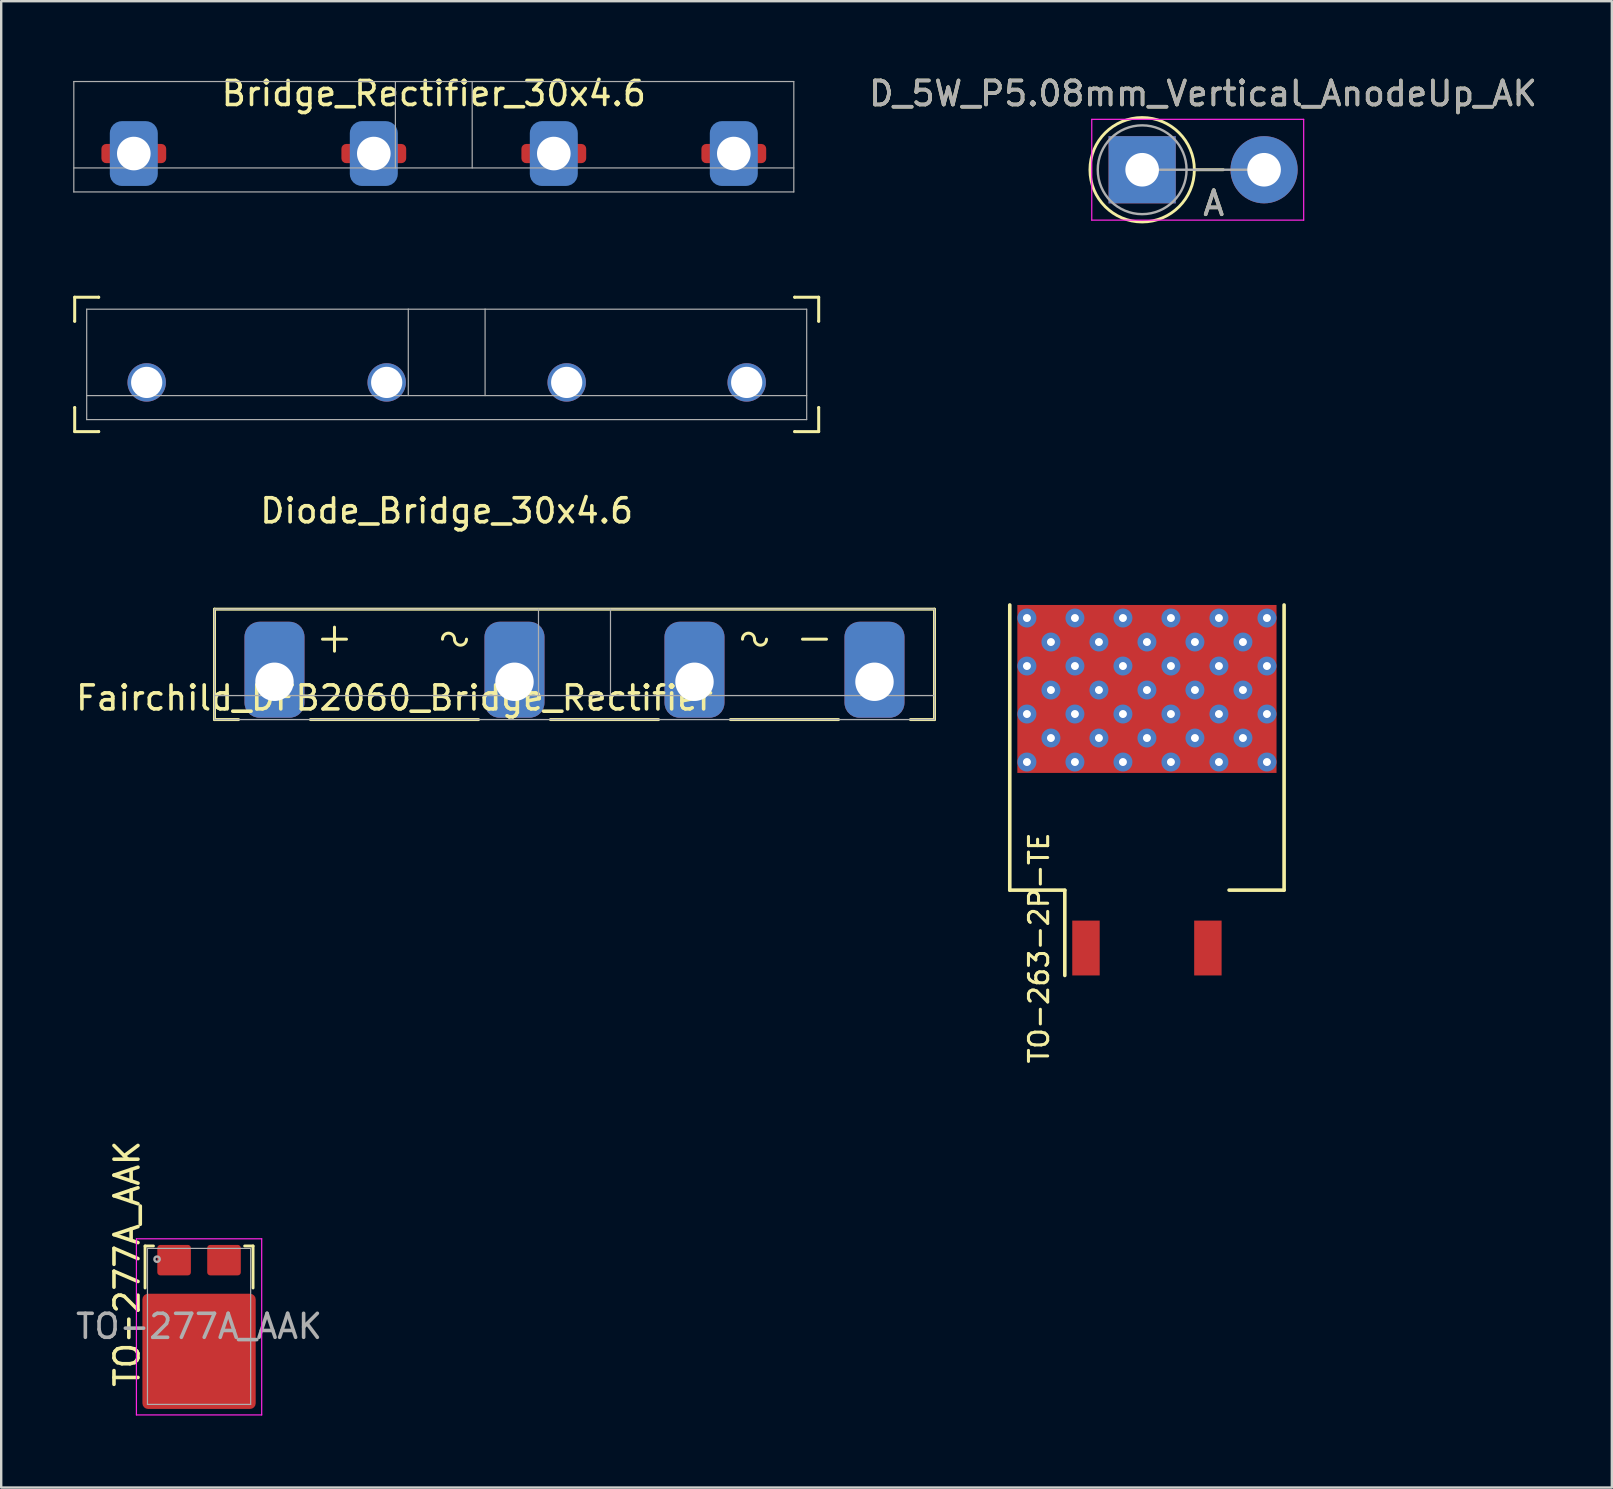
<source format=kicad_pcb>
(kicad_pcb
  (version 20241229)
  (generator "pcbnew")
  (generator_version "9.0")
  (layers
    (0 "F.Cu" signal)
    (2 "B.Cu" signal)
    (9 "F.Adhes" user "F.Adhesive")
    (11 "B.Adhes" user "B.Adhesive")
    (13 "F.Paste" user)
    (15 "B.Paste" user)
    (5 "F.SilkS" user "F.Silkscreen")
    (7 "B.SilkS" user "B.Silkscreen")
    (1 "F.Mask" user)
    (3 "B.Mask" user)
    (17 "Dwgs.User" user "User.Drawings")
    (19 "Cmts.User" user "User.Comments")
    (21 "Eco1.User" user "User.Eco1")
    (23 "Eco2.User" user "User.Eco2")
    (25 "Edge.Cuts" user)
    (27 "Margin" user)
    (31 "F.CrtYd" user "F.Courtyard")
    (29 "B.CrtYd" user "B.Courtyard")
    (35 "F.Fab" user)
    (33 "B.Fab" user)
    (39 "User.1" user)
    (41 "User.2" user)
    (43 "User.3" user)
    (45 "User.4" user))
  (footprint "TO-277A_AAK"
    (layer "F.Cu")
    (at 5.244 51.356)
    (property "Reference" "TO-277A_AAK" (at -3 -1.75 270) (layer "F.SilkS") (effects (font (size 1 1) (thickness 0.15))))
    (attr smd)
    (fp_line (start -2.25 -2.49) (end -2.25 -0.74) (stroke (width 0.12) (type solid)) (layer "F.SilkS"))
    (fp_line (start -1.9 -2.49) (end -2.25 -2.49) (stroke (width 0.12) (type solid)) (layer "F.SilkS"))
    (fp_line (start 2.25 -2.49) (end 1.9 -2.49) (stroke (width 0.12) (type solid)) (layer "F.SilkS"))
    (fp_line (start 2.25 -0.74) (end 2.25 -2.49) (stroke (width 0.12) (type solid)) (layer "F.SilkS"))
    (fp_line (start -2.61 -2.79) (end -2.61 4.55) (stroke (width 0.05) (type solid)) (layer "F.CrtYd"))
    (fp_line (start -2.61 -2.79) (end 2.61 -2.79) (stroke (width 0.05) (type solid)) (layer "F.CrtYd"))
    (fp_line (start 2.61 4.55) (end -2.61 4.55) (stroke (width 0.05) (type solid)) (layer "F.CrtYd"))
    (fp_line (start 2.61 4.55) (end 2.61 -2.79) (stroke (width 0.05) (type solid)) (layer "F.CrtYd"))
    (fp_line (start -2.15 -2.39) (end -2.15 4.11) (stroke (width 0.05) (type solid)) (layer "F.Fab"))
    (fp_line (start -2.15 4.11) (end 2.15 4.11) (stroke (width 0.05) (type solid)) (layer "F.Fab"))
    (fp_line (start 2.15 -2.39) (end -2.15 -2.39) (stroke (width 0.05) (type solid)) (layer "F.Fab"))
    (fp_line (start 2.15 4.11) (end 2.15 -2.39) (stroke (width 0.05) (type solid)) (layer "F.Fab"))
    (fp_circle (center -1.75 -1.94) (end -1.85 -1.99) (stroke (width 0.1) (type solid)) (fill no) (layer "F.Fab"))
    (fp_text user "${REFERENCE}" (at 0 0.86 0) (layer "F.Fab") (effects (font (size 1 1) (thickness 0.15))))
    (pad "A" smd roundrect (at -1.04 -1.9 180) (size 1.4 1.27) (layers "F.Cu" "F.Mask" "F.Paste") (roundrect_rratio 0.1))
    (pad "A" smd roundrect (at 1.04 -1.9 180) (size 1.4 1.27) (layers "F.Cu" "F.Mask" "F.Paste") (roundrect_rratio 0.1))
    (pad "K" smd roundrect (at 0 1.9 180) (size 4.72 4.8) (layers "F.Cu" "F.Mask" "F.Paste") (roundrect_rratio 0.05)))
  (footprint "Diode_Bridge_30x4.6"
    (layer "F.Cu")
    (at 15.562 9.834)
    (property "Reference" "Diode_Bridge_30x4.6" (at 0 8.4 0) (layer "F.SilkS") (effects (font (size 1 1) (thickness 0.15))))
    (attr through_hole)
    (fp_line (start -15.5 -0.5) (end -15.5 0.5) (stroke (width 0.125) (type solid)) (layer "F.SilkS"))
    (fp_line (start -15.5 -0.5) (end -14.5 -0.5) (stroke (width 0.125) (type solid)) (layer "F.SilkS"))
    (fp_line (start -15.5 0.5) (end -15.5 0.5) (stroke (width 0.125) (type solid)) (layer "F.SilkS"))
    (fp_line (start -15.5 4.1) (end -15.5 4.1) (stroke (width 0.125) (type solid)) (layer "F.SilkS"))
    (fp_line (start -15.5 5.1) (end -15.5 4.1) (stroke (width 0.125) (type solid)) (layer "F.SilkS"))
    (fp_line (start -15.5 5.1) (end -14.5 5.1) (stroke (width 0.125) (type solid)) (layer "F.SilkS"))
    (fp_line (start -14.5 -0.5) (end -14.5 -0.5) (stroke (width 0.125) (type solid)) (layer "F.SilkS"))
    (fp_line (start -14.5 5.1) (end -14.5 5.1) (stroke (width 0.125) (type solid)) (layer "F.SilkS"))
    (fp_line (start 14.5 -0.5) (end 14.5 -0.5) (stroke (width 0.125) (type solid)) (layer "F.SilkS"))
    (fp_line (start 14.5 5.1) (end 14.5 5.1) (stroke (width 0.125) (type solid)) (layer "F.SilkS"))
    (fp_line (start 15.5 -0.5) (end 14.5 -0.5) (stroke (width 0.125) (type solid)) (layer "F.SilkS"))
    (fp_line (start 15.5 -0.5) (end 15.5 0.5) (stroke (width 0.125) (type solid)) (layer "F.SilkS"))
    (fp_line (start 15.5 0.5) (end 15.5 0.5) (stroke (width 0.125) (type solid)) (layer "F.SilkS"))
    (fp_line (start 15.5 4.1) (end 15.5 4.1) (stroke (width 0.125) (type solid)) (layer "F.SilkS"))
    (fp_line (start 15.5 5.1) (end 14.5 5.1) (stroke (width 0.125) (type solid)) (layer "F.SilkS"))
    (fp_line (start 15.5 5.1) (end 15.5 4.1) (stroke (width 0.125) (type solid)) (layer "F.SilkS"))
    (fp_line (start -15 0) (end 15 0) (stroke (width 0.05) (type solid)) (layer "F.Fab"))
    (fp_line (start -15 3.6) (end 15 3.6) (stroke (width 0.05) (type solid)) (layer "F.Fab"))
    (fp_line (start -15 4.6) (end -15 0) (stroke (width 0.05) (type solid)) (layer "F.Fab"))
    (fp_line (start -1.6 0) (end -1.6 0) (stroke (width 0.05) (type solid)) (layer "F.Fab"))
    (fp_line (start -1.6 3.6) (end -1.6 0) (stroke (width 0.05) (type solid)) (layer "F.Fab"))
    (fp_line (start 1.6 0) (end 1.6 0) (stroke (width 0.05) (type solid)) (layer "F.Fab"))
    (fp_line (start 1.6 3.6) (end 1.6 0) (stroke (width 0.05) (type solid)) (layer "F.Fab"))
    (fp_line (start 15 0) (end 15 4.6) (stroke (width 0.05) (type solid)) (layer "F.Fab"))
    (fp_line (start 15 4.6) (end -15 4.6) (stroke (width 0.05) (type solid)) (layer "F.Fab"))
    (pad "1" thru_hole circle (at -12.5 3.05) (size 1.6 1.6) (drill 1.3) (layers "*.Cu" "*.Mask"))
    (pad "2" thru_hole circle (at -2.5 3.05) (size 1.6 1.6) (drill 1.3) (layers "*.Cu" "*.Mask"))
    (pad "3" thru_hole circle (at 5 3.05) (size 1.6 1.6) (drill 1.3) (layers "*.Cu" "*.Mask"))
    (pad "4" thru_hole circle (at 12.5 3.05) (size 1.6 1.6) (drill 1.3) (layers "*.Cu" "*.Mask")))
  (footprint "TO-263-2P-TE"
    (layer "F.Cu")
    (at 44.739 36.451)
    (property "Reference" "TO-263-2P-TE" (at -4.5 0 90) (layer "F.SilkS") (effects (font (size 0.8 0.8) (thickness 0.127))))
    (attr smd)
    (fp_line (start -5.715 -2.413) (end -5.715 -14.294) (stroke (width 0.15) (type solid)) (layer "F.SilkS"))
    (fp_line (start -5.715 -2.413) (end -3.422 -2.413) (stroke (width 0.15) (type solid)) (layer "F.SilkS"))
    (fp_line (start -3.422 -2.4) (end -3.422 1.143) (stroke (width 0.15) (type solid)) (layer "F.SilkS"))
    (fp_line (start 3.422 -2.413) (end 5.715 -2.413) (stroke (width 0.15) (type solid)) (layer "F.SilkS"))
    (fp_line (start 5.715 -14.294) (end 5.715 -2.413) (stroke (width 0.15) (type solid)) (layer "F.SilkS"))
    (pad "A" smd rect (at -2.54 0) (size 1.143 2.286) (layers "F.Cu" "F.Mask" "F.Paste"))
    (pad "A" smd rect (at 2.54 0) (size 1.143 2.286) (layers "F.Cu" "F.Mask" "F.Paste"))
    (pad "K" thru_hole circle (at -5 -13.75) (size 0.79 0.79) (drill 0.33) (layers "*.Cu" "F.Mask"))
    (pad "K" thru_hole circle (at -5 -11.75) (size 0.79 0.79) (drill 0.33) (layers "*.Cu" "F.Mask"))
    (pad "K" thru_hole circle (at -5 -9.75) (size 0.79 0.79) (drill 0.33) (layers "*.Cu" "F.Mask"))
    (pad "K" thru_hole circle (at -5 -7.75) (size 0.79 0.79) (drill 0.33) (layers "*.Cu" "F.Mask"))
    (pad "K" thru_hole circle (at -4 -12.75) (size 0.79 0.79) (drill 0.33) (layers "*.Cu" "F.Mask"))
    (pad "K" thru_hole circle (at -4 -10.75) (size 0.79 0.79) (drill 0.33) (layers "*.Cu" "F.Mask"))
    (pad "K" thru_hole circle (at -4 -8.75) (size 0.79 0.79) (drill 0.33) (layers "*.Cu" "F.Mask"))
    (pad "K" thru_hole circle (at -3 -13.75) (size 0.79 0.79) (drill 0.33) (layers "*.Cu" "F.Mask"))
    (pad "K" thru_hole circle (at -3 -11.75) (size 0.79 0.79) (drill 0.33) (layers "*.Cu" "F.Mask"))
    (pad "K" thru_hole circle (at -3 -9.75) (size 0.79 0.79) (drill 0.33) (layers "*.Cu" "F.Mask"))
    (pad "K" thru_hole circle (at -3 -7.75) (size 0.79 0.79) (drill 0.33) (layers "*.Cu" "F.Mask"))
    (pad "K" smd rect (at -2.75 -12.5) (size 5 3) (layers "F.Cu" "F.Mask" "F.Paste"))
    (pad "K" smd rect (at -2.75 -9) (size 5 3) (layers "F.Cu" "F.Mask" "F.Paste"))
    (pad "K" thru_hole circle (at -2 -12.75) (size 0.79 0.79) (drill 0.33) (layers "*.Cu" "F.Mask"))
    (pad "K" thru_hole circle (at -2 -10.75) (size 0.79 0.79) (drill 0.33) (layers "*.Cu" "F.Mask"))
    (pad "K" thru_hole circle (at -2 -8.75) (size 0.79 0.79) (drill 0.33) (layers "*.Cu" "F.Mask"))
    (pad "K" thru_hole circle (at -1 -13.75) (size 0.79 0.79) (drill 0.33) (layers "*.Cu" "F.Mask"))
    (pad "K" thru_hole circle (at -1 -11.75) (size 0.79 0.79) (drill 0.33) (layers "*.Cu" "F.Mask"))
    (pad "K" thru_hole circle (at -1 -9.75) (size 0.79 0.79) (drill 0.33) (layers "*.Cu" "F.Mask"))
    (pad "K" thru_hole circle (at -1 -7.75) (size 0.79 0.79) (drill 0.33) (layers "*.Cu" "F.Mask"))
    (pad "K" thru_hole circle (at 0 -12.75) (size 0.79 0.79) (drill 0.33) (layers "*.Cu" "F.Mask"))
    (pad "K" smd rect (at 0 -10.795) (size 10.8 6.998) (layers "F.Cu" "F.Mask"))
    (pad "K" thru_hole circle (at 0 -10.75) (size 0.79 0.79) (drill 0.33) (layers "*.Cu" "F.Mask"))
    (pad "K" thru_hole circle (at 0 -8.75) (size 0.79 0.79) (drill 0.33) (layers "*.Cu" "F.Mask"))
    (pad "K" thru_hole circle (at 1 -13.75) (size 0.79 0.79) (drill 0.33) (layers "*.Cu" "F.Mask"))
    (pad "K" thru_hole circle (at 1 -11.75) (size 0.79 0.79) (drill 0.33) (layers "*.Cu" "F.Mask"))
    (pad "K" thru_hole circle (at 1 -9.75) (size 0.79 0.79) (drill 0.33) (layers "*.Cu" "F.Mask"))
    (pad "K" thru_hole circle (at 1 -7.75) (size 0.79 0.79) (drill 0.33) (layers "*.Cu" "F.Mask"))
    (pad "K" thru_hole circle (at 2 -12.75) (size 0.79 0.79) (drill 0.33) (layers "*.Cu" "F.Mask"))
    (pad "K" thru_hole circle (at 2 -10.75) (size 0.79 0.79) (drill 0.33) (layers "*.Cu" "F.Mask"))
    (pad "K" thru_hole circle (at 2 -8.75) (size 0.79 0.79) (drill 0.33) (layers "*.Cu" "F.Mask"))
    (pad "K" smd rect (at 2.75 -12.5) (size 5 3) (layers "F.Cu" "F.Mask" "F.Paste"))
    (pad "K" smd rect (at 2.75 -9) (size 5 3) (layers "F.Cu" "F.Mask" "F.Paste"))
    (pad "K" thru_hole circle (at 3 -13.75) (size 0.79 0.79) (drill 0.33) (layers "*.Cu" "F.Mask"))
    (pad "K" thru_hole circle (at 3 -11.75) (size 0.79 0.79) (drill 0.33) (layers "*.Cu" "F.Mask"))
    (pad "K" thru_hole circle (at 3 -9.75) (size 0.79 0.79) (drill 0.33) (layers "*.Cu" "F.Mask"))
    (pad "K" thru_hole circle (at 3 -7.75) (size 0.79 0.79) (drill 0.33) (layers "*.Cu" "F.Mask"))
    (pad "K" thru_hole circle (at 4 -12.75) (size 0.79 0.79) (drill 0.33) (layers "*.Cu" "F.Mask"))
    (pad "K" thru_hole circle (at 4 -10.75) (size 0.79 0.79) (drill 0.33) (layers "*.Cu" "F.Mask"))
    (pad "K" thru_hole circle (at 4 -8.75) (size 0.79 0.79) (drill 0.33) (layers "*.Cu" "F.Mask"))
    (pad "K" thru_hole circle (at 5 -13.75) (size 0.79 0.79) (drill 0.33) (layers "*.Cu" "F.Mask"))
    (pad "K" thru_hole circle (at 5 -11.75) (size 0.79 0.79) (drill 0.33) (layers "*.Cu" "F.Mask"))
    (pad "K" thru_hole circle (at 5 -9.75) (size 0.79 0.79) (drill 0.33) (layers "*.Cu" "F.Mask"))
    (pad "K" thru_hole circle (at 5 -7.75) (size 0.79 0.79) (drill 0.33) (layers "*.Cu" "F.Mask")))
  (footprint "Fairchild_DFB2060_Bridge_Rectifier"
    (layer "F.Cu")
    (at 20.887 22.332)
    (property "Reference" "Fairchild_DFB2060_Bridge_Rectifier" (at -7.5 3.7 0) (layer "F.SilkS") (effects (font (size 1 1) (thickness 0.15))))
    (attr through_hole)
    (fp_line (start -15 0) (end -15 4.6) (stroke (width 0.125) (type solid)) (layer "F.SilkS"))
    (fp_line (start -15 0) (end 15 0) (stroke (width 0.125) (type solid)) (layer "F.SilkS"))
    (fp_line (start -15 4.6) (end -14 4.6) (stroke (width 0.125) (type solid)) (layer "F.SilkS"))
    (fp_line (start -10.5 1.25) (end -9.5 1.25) (stroke (width 0.125) (type solid)) (layer "F.SilkS"))
    (fp_line (start -10 0.75) (end -10 1.75) (stroke (width 0.125) (type solid)) (layer "F.SilkS"))
    (fp_line (start -4 4.6) (end -11 4.6) (stroke (width 0.125) (type solid)) (layer "F.SilkS"))
    (fp_line (start 3.5 4.6) (end -1 4.6) (stroke (width 0.125) (type solid)) (layer "F.SilkS"))
    (fp_line (start 10.5 1.25) (end 9.5 1.25) (stroke (width 0.125) (type solid)) (layer "F.SilkS"))
    (fp_line (start 11 4.6) (end 6.5 4.6) (stroke (width 0.125) (type solid)) (layer "F.SilkS"))
    (fp_line (start 15 0) (end 15 4.6) (stroke (width 0.125) (type solid)) (layer "F.SilkS"))
    (fp_line (start 15 4.6) (end 14 4.6) (stroke (width 0.125) (type solid)) (layer "F.SilkS"))
    (fp_arc (start -5.5 1.25) (mid -5.25 1) (end -5 1.25) (stroke (width 0.125) (type solid)) (layer "F.SilkS"))
    (fp_arc (start -4.5 1.25) (mid -4.75 1.5) (end -5 1.25) (stroke (width 0.125) (type solid)) (layer "F.SilkS"))
    (fp_arc (start 7 1.25) (mid 7.25 1) (end 7.5 1.25) (stroke (width 0.125) (type solid)) (layer "F.SilkS"))
    (fp_arc (start 8 1.25) (mid 7.75 1.5) (end 7.5 1.25) (stroke (width 0.125) (type solid)) (layer "F.SilkS"))
    (fp_line (start -15 0) (end -15 4.6) (stroke (width 0.05) (type solid)) (layer "F.Fab"))
    (fp_line (start -15 3.6) (end 15 3.6) (stroke (width 0.05) (type solid)) (layer "F.Fab"))
    (fp_line (start -15 4.6) (end 15 4.6) (stroke (width 0.05) (type solid)) (layer "F.Fab"))
    (fp_line (start -1.5 3.6) (end -1.5 0) (stroke (width 0.05) (type solid)) (layer "F.Fab"))
    (fp_line (start 1.5 3.6) (end 1.5 0) (stroke (width 0.05) (type solid)) (layer "F.Fab"))
    (fp_line (start 15 0) (end -15 0) (stroke (width 0.05) (type solid)) (layer "F.Fab"))
    (fp_line (start 15 4.6) (end 15 0) (stroke (width 0.05) (type solid)) (layer "F.Fab"))
    (pad "1" thru_hole roundrect (at -12.5 3.025) (size 2.5 4) (drill 1.6 (offset 0 -0.5)) (layers "*.Cu" "*.Mask") (roundrect_rratio 0.25))
    (pad "2" thru_hole roundrect (at -2.5 3.025) (size 2.5 4) (drill 1.6 (offset 0 -0.5)) (layers "*.Cu" "*.Mask") (roundrect_rratio 0.25))
    (pad "3" thru_hole roundrect (at 5 3.025) (size 2.5 4) (drill 1.6 (offset 0 -0.5)) (layers "*.Cu" "*.Mask") (roundrect_rratio 0.25))
    (pad "4" thru_hole roundrect (at 12.5 3.025) (size 2.5 4) (drill 1.6 (offset 0 -0.5)) (layers "*.Cu" "*.Mask") (roundrect_rratio 0.25)))
  (footprint "Bridge_Rectifier_30x4.6"
    (layer "F.Cu")
    (at 15.025 0.348)
    (property "Reference" "Bridge_Rectifier_30x4.6" (at 0 0.5 0) (layer "F.SilkS") (effects (font (size 1 1) (thickness 0.15))))
    (attr through_hole)
    (fp_line (start -15 0) (end -15 4.6) (stroke (width 0.05) (type solid)) (layer "F.Fab"))
    (fp_line (start -15 3.6) (end 15 3.6) (stroke (width 0.05) (type solid)) (layer "F.Fab"))
    (fp_line (start -15 4.6) (end 15 4.6) (stroke (width 0.05) (type solid)) (layer "F.Fab"))
    (fp_line (start -1.6 3.6) (end -1.6 0) (stroke (width 0.05) (type solid)) (layer "F.Fab"))
    (fp_line (start 1.6 3.6) (end 1.6 0) (stroke (width 0.05) (type solid)) (layer "F.Fab"))
    (fp_line (start 15 0) (end -15 0) (stroke (width 0.05) (type solid)) (layer "F.Fab"))
    (fp_line (start 15 4.6) (end 15 0) (stroke (width 0.05) (type solid)) (layer "F.Fab"))
    (pad "+" thru_hole circle (at -12.5 3) (size 1.7 1.7) (drill 1.4) (layers "*.Cu" "F.Mask"))
    (pad "+" connect roundrect (at -12.5 3) (size 2 2.7) (layers "B.Cu" "B.Mask") (roundrect_rratio 0.25))
    (pad "+" connect roundrect (at -12.5 3) (size 2.7 0.8) (layers "F.Cu" "F.Mask") (roundrect_rratio 0.25))
    (pad "-" thru_hole circle (at 12.5 3) (size 1.7 1.7) (drill 1.4) (layers "*.Cu" "F.Mask"))
    (pad "-" connect roundrect (at 12.5 3) (size 2 2.7) (layers "B.Cu" "B.Mask") (roundrect_rratio 0.25))
    (pad "-" connect roundrect (at 12.5 3) (size 2.7 0.8) (layers "F.Cu" "F.Mask") (roundrect_rratio 0.25))
    (pad "A+" thru_hole circle (at -2.5 3) (size 1.7 1.7) (drill 1.4) (layers "*.Cu" "F.Mask"))
    (pad "A+" connect roundrect (at -2.5 3) (size 2 2.7) (layers "B.Cu" "B.Mask") (roundrect_rratio 0.25))
    (pad "A+" connect roundrect (at -2.5 3) (size 2.7 0.8) (layers "F.Cu" "F.Mask") (roundrect_rratio 0.25))
    (pad "A-" thru_hole circle (at 5 3) (size 1.7 1.7) (drill 1.4) (layers "*.Cu" "F.Mask"))
    (pad "A-" connect roundrect (at 5 3) (size 2 2.7) (layers "B.Cu" "B.Mask") (roundrect_rratio 0.25))
    (pad "A-" connect roundrect (at 5 3) (size 2.7 0.8) (layers "F.Cu" "F.Mask") (roundrect_rratio 0.25)))
  (footprint "D_5W_P5.08mm_Vertical_AnodeUp_AK"
    (layer "F.Cu")
    (at 44.54 4.023)
    (property "Reference" "D_5W_P5.08mm_Vertical_AnodeUp_AK" (at 2.54 -3.175 0) (layer "F.SilkS") (effects (font (size 1 1) (thickness 0.15))))
    (attr through_hole)
    (fp_line (start 2.175 0) (end 3.38 0) (stroke (width 0.12) (type solid)) (layer "F.SilkS"))
    (fp_circle (center 0 0) (end 2.175 0) (stroke (width 0.12) (type solid)) (fill no) (layer "F.SilkS"))
    (fp_line (start -2.1 -2.1) (end -2.1 2.1) (stroke (width 0.05) (type solid)) (layer "F.CrtYd"))
    (fp_line (start -2.1 2.1) (end 6.73 2.1) (stroke (width 0.05) (type solid)) (layer "F.CrtYd"))
    (fp_line (start 6.73 -2.1) (end -2.1 -2.1) (stroke (width 0.05) (type solid)) (layer "F.CrtYd"))
    (fp_line (start 6.73 2.1) (end 6.73 -2.1) (stroke (width 0.05) (type solid)) (layer "F.CrtYd"))
    (fp_line (start 0 0) (end 5.08 0) (stroke (width 0.1) (type solid)) (layer "F.Fab"))
    (fp_circle (center 0 0) (end 1.85 0) (stroke (width 0.1) (type solid)) (fill no) (layer "F.Fab"))
    (fp_text user "A" (at 2.98 1.4 0) (layer "F.SilkS") (effects (font (size 1 1) (thickness 0.15))))
    (fp_text user "${REFERENCE}" (at 2.54 -3.175 0) (layer "F.Fab") (effects (font (size 1 1) (thickness 0.15))))
    (fp_text user "A" (at 2.98 1.4 0) (layer "F.Fab") (effects (font (size 1 1) (thickness 0.15))))
    (pad "A" thru_hole rect (at 0 0) (size 2.8 2.8) (drill 1.4) (layers "*.Cu" "*.Mask"))
    (pad "K" thru_hole oval (at 5.08 0) (size 2.8 2.8) (drill 1.4) (layers "*.Cu" "*.Mask")))
  (gr_rect
    (start -3 -3)
    (end 64.11 58.931)
    (stroke (width 0.1) (type default))
    (fill no)
    (layer "Edge.Cuts")))
</source>
